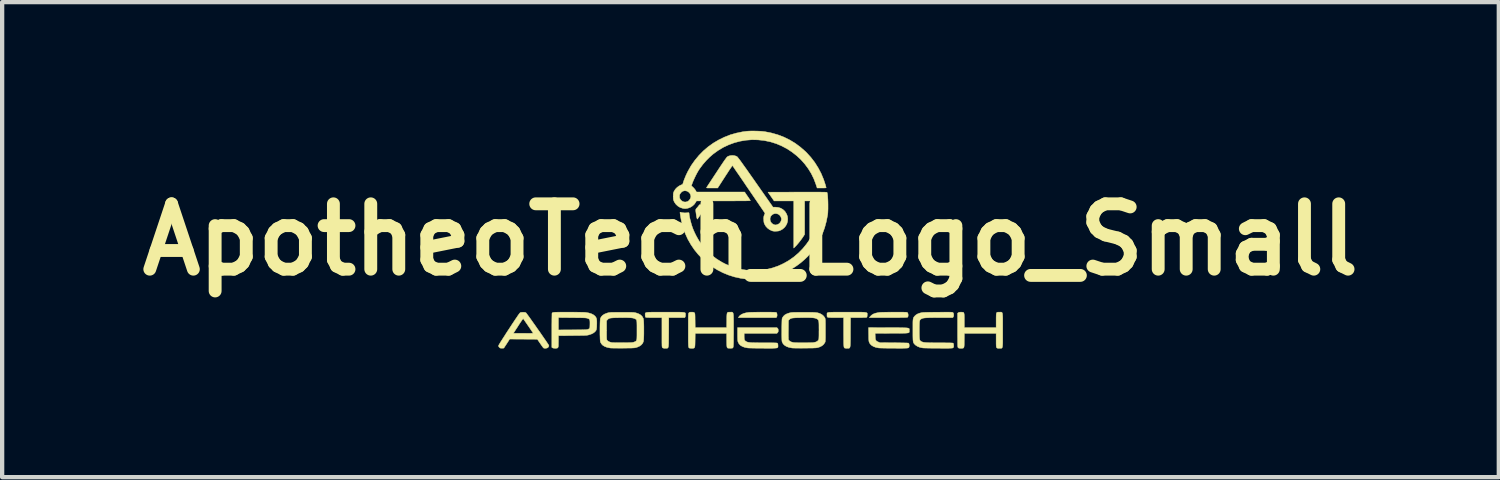
<source format=kicad_pcb>
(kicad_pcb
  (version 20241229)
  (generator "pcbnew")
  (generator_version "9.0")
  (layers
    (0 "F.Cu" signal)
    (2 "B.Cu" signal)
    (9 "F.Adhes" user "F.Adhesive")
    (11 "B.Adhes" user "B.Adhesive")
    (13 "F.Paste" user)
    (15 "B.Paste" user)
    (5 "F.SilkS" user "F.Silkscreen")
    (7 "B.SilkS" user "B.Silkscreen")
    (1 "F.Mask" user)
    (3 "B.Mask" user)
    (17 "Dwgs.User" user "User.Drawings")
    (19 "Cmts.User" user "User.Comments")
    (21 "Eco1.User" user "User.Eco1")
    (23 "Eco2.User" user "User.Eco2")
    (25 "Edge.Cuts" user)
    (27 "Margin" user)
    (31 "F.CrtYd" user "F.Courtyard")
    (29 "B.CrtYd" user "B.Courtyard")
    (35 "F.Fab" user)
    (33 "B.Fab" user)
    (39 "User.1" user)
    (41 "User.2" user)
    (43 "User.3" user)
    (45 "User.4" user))
  (footprint "ApotheoTech_Logo_Small"
    (layer "F.Cu")
    (at 14.449 2.537)
    (property "Reference" "ApotheoTech_Logo_Small" (at 0 0 0) (layer "F.SilkS") (effects (font (size 1.524 1.524) (thickness 0.3))))
    (attr through_hole)
    (fp_poly (pts (xy 0.377 1.691) (xy 0.437 1.691) (xy 0.486 1.692) (xy 0.525 1.693) (xy 0.555 1.694) (xy 0.576 1.695) (xy 0.591 1.696) (xy 0.601 1.698) (xy 0.605 1.7) (xy 0.614 1.714) (xy 0.619 1.736) (xy 0.621 1.761) (xy 0.619 1.785) (xy 0.612 1.801) (xy 0.601 1.818) (xy -0.282 1.818) (xy -0.268 1.796) (xy -0.243 1.767) (xy -0.205 1.742) (xy -0.157 1.721) (xy -0.1 1.706) (xy -0.044 1.698) (xy -0.024 1.696) (xy 0.007 1.695) (xy 0.049 1.694) (xy 0.098 1.693) (xy 0.153 1.692) (xy 0.213 1.692) (xy 0.276 1.691) (xy 0.305 1.691) (xy 0.377 1.691)) (stroke (width 0.01) (type solid)) (fill yes) (layer "F.SilkS"))
    (fp_poly (pts (xy -1.071 -0.815) (xy -1.045 -0.814) (xy -1.028 -0.811) (xy -1.023 -0.809) (xy -1.026 -0.802) (xy -1.036 -0.786) (xy -1.051 -0.762) (xy -1.07 -0.732) (xy -1.091 -0.698) (xy -1.115 -0.661) (xy -1.139 -0.624) (xy -1.163 -0.587) (xy -1.185 -0.554) (xy -1.204 -0.525) (xy -1.22 -0.502) (xy -1.23 -0.487) (xy -1.234 -0.482) (xy -1.24 -0.478) (xy -1.244 -0.484) (xy -1.249 -0.5) (xy -1.255 -0.523) (xy -1.261 -0.555) (xy -1.266 -0.591) (xy -1.271 -0.627) (xy -1.275 -0.659) (xy -1.277 -0.683) (xy -1.277 -0.686) (xy -1.274 -0.707) (xy -1.264 -0.724) (xy -1.256 -0.732) (xy -1.24 -0.749) (xy -1.222 -0.771) (xy -1.212 -0.784) (xy -1.189 -0.815) (xy -1.106 -0.815) (xy -1.071 -0.815)) (stroke (width 0.01) (type solid)) (fill yes) (layer "F.SilkS"))
    (fp_poly (pts (xy 3.488 1.691) (xy 3.535 1.691) (xy 3.572 1.692) (xy 3.6 1.693) (xy 3.621 1.693) (xy 3.637 1.695) (xy 3.647 1.696) (xy 3.654 1.699) (xy 3.659 1.701) (xy 3.663 1.704) (xy 3.663 1.704) (xy 3.671 1.72) (xy 3.676 1.743) (xy 3.677 1.769) (xy 3.674 1.792) (xy 3.666 1.807) (xy 3.666 1.808) (xy 3.663 1.81) (xy 3.657 1.812) (xy 3.648 1.813) (xy 3.634 1.814) (xy 3.615 1.815) (xy 3.589 1.816) (xy 3.557 1.817) (xy 3.516 1.817) (xy 3.465 1.818) (xy 3.405 1.818) (xy 3.334 1.818) (xy 3.25 1.818) (xy 3.214 1.818) (xy 2.772 1.818) (xy 2.789 1.796) (xy 2.821 1.763) (xy 2.862 1.736) (xy 2.913 1.716) (xy 2.974 1.703) (xy 3.011 1.698) (xy 3.031 1.696) (xy 3.062 1.695) (xy 3.103 1.694) (xy 3.153 1.693) (xy 3.208 1.692) (xy 3.268 1.692) (xy 3.331 1.691) (xy 3.36 1.691) (xy 3.43 1.691) (xy 3.488 1.691)) (stroke (width 0.01) (type solid)) (fill yes) (layer "F.SilkS"))
    (fp_poly (pts (xy 0.632 2.068) (xy 0.643 2.082) (xy 0.647 2.099) (xy 0.648 2.119) (xy 0.647 2.142) (xy 0.641 2.158) (xy 0.632 2.169) (xy 0.616 2.186) (xy -0.147 2.186) (xy -0.147 2.258) (xy -0.146 2.297) (xy -0.143 2.325) (xy -0.136 2.345) (xy -0.124 2.36) (xy -0.106 2.373) (xy -0.093 2.38) (xy -0.08 2.386) (xy -0.065 2.391) (xy -0.046 2.395) (xy -0.023 2.398) (xy 0.006 2.401) (xy 0.042 2.403) (xy 0.086 2.404) (xy 0.139 2.405) (xy 0.202 2.406) (xy 0.278 2.406) (xy 0.322 2.406) (xy 0.394 2.406) (xy 0.454 2.406) (xy 0.502 2.407) (xy 0.541 2.407) (xy 0.571 2.408) (xy 0.593 2.409) (xy 0.609 2.41) (xy 0.62 2.412) (xy 0.627 2.414) (xy 0.631 2.417) (xy 0.631 2.417) (xy 0.638 2.43) (xy 0.641 2.454) (xy 0.642 2.469) (xy 0.642 2.484) (xy 0.642 2.496) (xy 0.641 2.505) (xy 0.637 2.513) (xy 0.63 2.52) (xy 0.619 2.525) (xy 0.602 2.528) (xy 0.579 2.53) (xy 0.548 2.532) (xy 0.508 2.533) (xy 0.458 2.533) (xy 0.398 2.533) (xy 0.325 2.533) (xy 0.297 2.532) (xy 0.231 2.532) (xy 0.168 2.532) (xy 0.11 2.531) (xy 0.057 2.53) (xy 0.012 2.529) (xy -0.025 2.528) (xy -0.051 2.527) (xy -0.064 2.526) (xy -0.131 2.513) (xy -0.187 2.493) (xy -0.233 2.466) (xy -0.267 2.431) (xy -0.289 2.39) (xy -0.291 2.386) (xy -0.294 2.373) (xy -0.297 2.355) (xy -0.299 2.33) (xy -0.3 2.297) (xy -0.301 2.253) (xy -0.301 2.205) (xy -0.301 2.052) (xy 0.616 2.052) (xy 0.632 2.068)) (stroke (width 0.01) (type solid)) (fill yes) (layer "F.SilkS"))
    (fp_poly (pts (xy -2.05 1.691) (xy -1.985 1.691) (xy -1.894 1.691) (xy -1.816 1.691) (xy -1.749 1.691) (xy -1.693 1.691) (xy -1.647 1.692) (xy -1.609 1.693) (xy -1.579 1.695) (xy -1.557 1.697) (xy -1.54 1.701) (xy -1.528 1.705) (xy -1.521 1.71) (xy -1.517 1.717) (xy -1.515 1.724) (xy -1.515 1.734) (xy -1.515 1.744) (xy -1.515 1.752) (xy -1.516 1.775) (xy -1.52 1.795) (xy -1.523 1.803) (xy -1.531 1.818) (xy -1.905 1.818) (xy -1.906 2.162) (xy -1.907 2.242) (xy -1.907 2.31) (xy -1.908 2.366) (xy -1.908 2.412) (xy -1.91 2.449) (xy -1.912 2.478) (xy -1.915 2.499) (xy -1.92 2.514) (xy -1.926 2.524) (xy -1.934 2.53) (xy -1.943 2.533) (xy -1.955 2.534) (xy -1.969 2.534) (xy -1.986 2.533) (xy -1.986 2.533) (xy -2.014 2.533) (xy -2.033 2.53) (xy -2.045 2.526) (xy -2.052 2.52) (xy -2.055 2.517) (xy -2.058 2.512) (xy -2.06 2.506) (xy -2.061 2.496) (xy -2.063 2.482) (xy -2.064 2.463) (xy -2.064 2.437) (xy -2.065 2.404) (xy -2.065 2.361) (xy -2.065 2.309) (xy -2.065 2.246) (xy -2.065 2.17) (xy -2.065 1.818) (xy -2.252 1.818) (xy -2.308 1.818) (xy -2.351 1.818) (xy -2.385 1.817) (xy -2.409 1.816) (xy -2.426 1.815) (xy -2.437 1.813) (xy -2.444 1.81) (xy -2.447 1.808) (xy -2.452 1.795) (xy -2.455 1.774) (xy -2.455 1.757) (xy -2.456 1.744) (xy -2.456 1.733) (xy -2.456 1.724) (xy -2.453 1.716) (xy -2.448 1.709) (xy -2.44 1.704) (xy -2.427 1.7) (xy -2.408 1.697) (xy -2.383 1.694) (xy -2.351 1.693) (xy -2.311 1.692) (xy -2.262 1.691) (xy -2.203 1.691) (xy -2.132 1.691) (xy -2.05 1.691)) (stroke (width 0.01) (type solid)) (fill yes) (layer "F.SilkS"))
    (fp_poly (pts (xy 2.489 1.691) (xy 2.545 1.691) (xy 2.592 1.692) (xy 2.63 1.693) (xy 2.659 1.695) (xy 2.682 1.698) (xy 2.699 1.701) (xy 2.71 1.706) (xy 2.718 1.711) (xy 2.722 1.718) (xy 2.723 1.727) (xy 2.723 1.736) (xy 2.723 1.748) (xy 2.722 1.757) (xy 2.721 1.781) (xy 2.717 1.8) (xy 2.714 1.808) (xy 2.709 1.811) (xy 2.701 1.814) (xy 2.687 1.815) (xy 2.666 1.817) (xy 2.637 1.817) (xy 2.598 1.818) (xy 2.548 1.818) (xy 2.519 1.818) (xy 2.333 1.818) (xy 2.331 2.162) (xy 2.331 2.242) (xy 2.331 2.309) (xy 2.33 2.366) (xy 2.329 2.412) (xy 2.328 2.449) (xy 2.326 2.478) (xy 2.322 2.499) (xy 2.318 2.514) (xy 2.312 2.524) (xy 2.304 2.53) (xy 2.295 2.533) (xy 2.283 2.534) (xy 2.27 2.534) (xy 2.253 2.533) (xy 2.228 2.533) (xy 2.207 2.531) (xy 2.196 2.529) (xy 2.195 2.528) (xy 2.19 2.524) (xy 2.186 2.519) (xy 2.182 2.511) (xy 2.18 2.5) (xy 2.177 2.484) (xy 2.176 2.462) (xy 2.174 2.434) (xy 2.173 2.397) (xy 2.173 2.351) (xy 2.173 2.296) (xy 2.172 2.229) (xy 2.172 2.156) (xy 2.172 1.818) (xy 1.985 1.818) (xy 1.928 1.818) (xy 1.883 1.818) (xy 1.849 1.817) (xy 1.823 1.815) (xy 1.805 1.812) (xy 1.794 1.806) (xy 1.788 1.798) (xy 1.785 1.787) (xy 1.784 1.773) (xy 1.785 1.755) (xy 1.785 1.752) (xy 1.784 1.74) (xy 1.784 1.73) (xy 1.785 1.721) (xy 1.787 1.714) (xy 1.792 1.708) (xy 1.801 1.703) (xy 1.814 1.699) (xy 1.833 1.696) (xy 1.859 1.694) (xy 1.891 1.693) (xy 1.932 1.692) (xy 1.982 1.691) (xy 2.042 1.691) (xy 2.113 1.691) (xy 2.196 1.691) (xy 2.253 1.691) (xy 2.344 1.691) (xy 2.422 1.691) (xy 2.489 1.691)) (stroke (width 0.01) (type solid)) (fill yes) (layer "F.SilkS"))
    (fp_poly (pts (xy 3.219 2.054) (xy 3.311 2.054) (xy 3.391 2.054) (xy 3.459 2.054) (xy 3.517 2.055) (xy 3.565 2.056) (xy 3.604 2.057) (xy 3.635 2.058) (xy 3.659 2.061) (xy 3.677 2.064) (xy 3.689 2.068) (xy 3.697 2.073) (xy 3.702 2.079) (xy 3.704 2.086) (xy 3.704 2.095) (xy 3.704 2.105) (xy 3.703 2.117) (xy 3.703 2.119) (xy 3.703 2.132) (xy 3.704 2.143) (xy 3.703 2.153) (xy 3.701 2.16) (xy 3.696 2.167) (xy 3.686 2.172) (xy 3.672 2.176) (xy 3.652 2.178) (xy 3.626 2.181) (xy 3.591 2.182) (xy 3.548 2.183) (xy 3.495 2.183) (xy 3.432 2.184) (xy 3.356 2.184) (xy 3.295 2.184) (xy 2.906 2.186) (xy 2.909 2.259) (xy 2.911 2.299) (xy 2.915 2.328) (xy 2.924 2.348) (xy 2.937 2.364) (xy 2.958 2.377) (xy 2.978 2.386) (xy 3.018 2.403) (xy 3.349 2.405) (xy 3.427 2.406) (xy 3.496 2.407) (xy 3.556 2.408) (xy 3.605 2.409) (xy 3.644 2.41) (xy 3.671 2.412) (xy 3.685 2.413) (xy 3.687 2.414) (xy 3.695 2.426) (xy 3.7 2.447) (xy 3.702 2.47) (xy 3.7 2.492) (xy 3.7 2.493) (xy 3.698 2.502) (xy 3.696 2.51) (xy 3.692 2.516) (xy 3.687 2.521) (xy 3.677 2.525) (xy 3.663 2.528) (xy 3.644 2.53) (xy 3.617 2.531) (xy 3.583 2.532) (xy 3.539 2.533) (xy 3.486 2.533) (xy 3.421 2.533) (xy 3.353 2.532) (xy 3.287 2.532) (xy 3.224 2.532) (xy 3.166 2.531) (xy 3.113 2.53) (xy 3.067 2.529) (xy 3.031 2.528) (xy 3.004 2.527) (xy 2.99 2.526) (xy 2.924 2.513) (xy 2.869 2.493) (xy 2.824 2.466) (xy 2.79 2.432) (xy 2.771 2.4) (xy 2.767 2.389) (xy 2.763 2.378) (xy 2.761 2.363) (xy 2.759 2.345) (xy 2.757 2.319) (xy 2.756 2.286) (xy 2.756 2.241) (xy 2.755 2.211) (xy 2.753 2.052) (xy 3.219 2.054)) (stroke (width 0.01) (type solid)) (fill yes) (layer "F.SilkS"))
    (fp_poly (pts (xy 5.846 1.691) (xy 5.855 1.693) (xy 5.863 1.698) (xy 5.869 1.707) (xy 5.874 1.72) (xy 5.877 1.739) (xy 5.879 1.765) (xy 5.881 1.798) (xy 5.882 1.84) (xy 5.882 1.892) (xy 5.882 1.954) (xy 5.882 2.027) (xy 5.882 2.112) (xy 5.882 2.198) (xy 5.882 2.271) (xy 5.882 2.333) (xy 5.882 2.384) (xy 5.881 2.426) (xy 5.879 2.46) (xy 5.877 2.485) (xy 5.873 2.504) (xy 5.869 2.518) (xy 5.863 2.527) (xy 5.855 2.532) (xy 5.846 2.534) (xy 5.835 2.534) (xy 5.822 2.534) (xy 5.807 2.533) (xy 5.784 2.533) (xy 5.766 2.533) (xy 5.752 2.529) (xy 5.742 2.522) (xy 5.735 2.51) (xy 5.731 2.491) (xy 5.729 2.464) (xy 5.728 2.427) (xy 5.728 2.379) (xy 5.728 2.349) (xy 5.728 2.186) (xy 4.987 2.186) (xy 4.985 2.35) (xy 4.984 2.404) (xy 4.984 2.447) (xy 4.982 2.479) (xy 4.979 2.502) (xy 4.974 2.517) (xy 4.966 2.527) (xy 4.955 2.531) (xy 4.939 2.533) (xy 4.92 2.533) (xy 4.906 2.533) (xy 4.879 2.533) (xy 4.861 2.531) (xy 4.85 2.526) (xy 4.842 2.519) (xy 4.839 2.516) (xy 4.837 2.511) (xy 4.835 2.505) (xy 4.834 2.495) (xy 4.832 2.48) (xy 4.831 2.461) (xy 4.831 2.435) (xy 4.83 2.401) (xy 4.83 2.36) (xy 4.83 2.309) (xy 4.829 2.247) (xy 4.829 2.173) (xy 4.829 2.111) (xy 4.829 1.717) (xy 4.845 1.704) (xy 4.858 1.697) (xy 4.875 1.693) (xy 4.901 1.691) (xy 4.909 1.691) (xy 4.933 1.692) (xy 4.953 1.694) (xy 4.963 1.696) (xy 4.964 1.696) (xy 4.971 1.702) (xy 4.976 1.711) (xy 4.98 1.724) (xy 4.983 1.742) (xy 4.985 1.768) (xy 4.986 1.803) (xy 4.986 1.849) (xy 4.986 1.891) (xy 4.986 2.052) (xy 5.728 2.052) (xy 5.728 1.882) (xy 5.728 1.826) (xy 5.729 1.783) (xy 5.73 1.75) (xy 5.733 1.726) (xy 5.738 1.709) (xy 5.745 1.699) (xy 5.756 1.694) (xy 5.771 1.691) (xy 5.79 1.691) (xy 5.807 1.691) (xy 5.822 1.691) (xy 5.835 1.69) (xy 5.846 1.691)) (stroke (width 0.01) (type solid)) (fill yes) (layer "F.SilkS"))
    (fp_poly (pts (xy -0.432 1.691) (xy -0.422 1.694) (xy -0.415 1.699) (xy -0.408 1.708) (xy -0.403 1.722) (xy -0.4 1.742) (xy -0.397 1.769) (xy -0.396 1.803) (xy -0.395 1.846) (xy -0.394 1.899) (xy -0.394 1.962) (xy -0.394 2.037) (xy -0.394 2.11) (xy -0.394 2.194) (xy -0.395 2.265) (xy -0.395 2.325) (xy -0.395 2.375) (xy -0.396 2.415) (xy -0.397 2.447) (xy -0.399 2.472) (xy -0.4 2.491) (xy -0.403 2.505) (xy -0.406 2.514) (xy -0.409 2.521) (xy -0.413 2.525) (xy -0.417 2.528) (xy -0.427 2.531) (xy -0.446 2.532) (xy -0.471 2.533) (xy -0.475 2.533) (xy -0.5 2.532) (xy -0.52 2.531) (xy -0.531 2.529) (xy -0.532 2.528) (xy -0.539 2.522) (xy -0.545 2.513) (xy -0.549 2.5) (xy -0.551 2.481) (xy -0.553 2.454) (xy -0.554 2.418) (xy -0.555 2.371) (xy -0.555 2.34) (xy -0.555 2.186) (xy -1.289 2.186) (xy -1.291 2.345) (xy -1.292 2.4) (xy -1.293 2.443) (xy -1.295 2.476) (xy -1.298 2.5) (xy -1.304 2.516) (xy -1.312 2.526) (xy -1.323 2.531) (xy -1.339 2.533) (xy -1.358 2.533) (xy -1.37 2.533) (xy -1.395 2.533) (xy -1.415 2.531) (xy -1.427 2.529) (xy -1.428 2.528) (xy -1.432 2.525) (xy -1.436 2.52) (xy -1.44 2.513) (xy -1.443 2.502) (xy -1.445 2.487) (xy -1.447 2.467) (xy -1.448 2.441) (xy -1.449 2.407) (xy -1.45 2.365) (xy -1.45 2.313) (xy -1.45 2.25) (xy -1.45 2.177) (xy -1.45 2.11) (xy -1.45 2.029) (xy -1.45 1.96) (xy -1.45 1.902) (xy -1.45 1.855) (xy -1.45 1.816) (xy -1.449 1.786) (xy -1.448 1.762) (xy -1.447 1.745) (xy -1.446 1.732) (xy -1.444 1.723) (xy -1.442 1.717) (xy -1.439 1.712) (xy -1.437 1.709) (xy -1.428 1.7) (xy -1.419 1.694) (xy -1.404 1.692) (xy -1.381 1.691) (xy -1.374 1.691) (xy -1.345 1.692) (xy -1.326 1.695) (xy -1.313 1.701) (xy -1.309 1.704) (xy -1.304 1.708) (xy -1.301 1.713) (xy -1.298 1.72) (xy -1.296 1.731) (xy -1.294 1.748) (xy -1.293 1.773) (xy -1.292 1.806) (xy -1.292 1.85) (xy -1.291 1.884) (xy -1.289 2.052) (xy -0.555 2.052) (xy -0.553 1.886) (xy -0.553 1.83) (xy -0.552 1.785) (xy -0.55 1.752) (xy -0.547 1.727) (xy -0.542 1.711) (xy -0.534 1.7) (xy -0.523 1.694) (xy -0.509 1.692) (xy -0.49 1.691) (xy -0.474 1.691) (xy -0.458 1.691) (xy -0.444 1.69) (xy -0.432 1.691)) (stroke (width 0.01) (type solid)) (fill yes) (layer "F.SilkS"))
    (fp_poly (pts (xy -5.276 1.695) (xy -5.257 1.697) (xy -5.245 1.7) (xy -5.235 1.707) (xy -5.23 1.711) (xy -5.223 1.72) (xy -5.21 1.738) (xy -5.19 1.765) (xy -5.165 1.799) (xy -5.136 1.84) (xy -5.103 1.886) (xy -5.068 1.936) (xy -5.03 1.989) (xy -4.991 2.045) (xy -4.952 2.101) (xy -4.912 2.157) (xy -4.874 2.212) (xy -4.838 2.264) (xy -4.805 2.312) (xy -4.774 2.356) (xy -4.748 2.395) (xy -4.727 2.426) (xy -4.712 2.449) (xy -4.703 2.464) (xy -4.701 2.468) (xy -4.702 2.487) (xy -4.713 2.506) (xy -4.73 2.522) (xy -4.734 2.524) (xy -4.752 2.53) (xy -4.776 2.533) (xy -4.8 2.533) (xy -4.819 2.53) (xy -4.825 2.527) (xy -4.832 2.52) (xy -4.844 2.504) (xy -4.862 2.48) (xy -4.882 2.451) (xy -4.902 2.422) (xy -4.97 2.323) (xy -5.293 2.321) (xy -5.615 2.319) (xy -5.657 2.385) (xy -5.677 2.416) (xy -5.697 2.447) (xy -5.716 2.475) (xy -5.725 2.49) (xy -5.752 2.53) (xy -5.793 2.532) (xy -5.816 2.532) (xy -5.831 2.53) (xy -5.844 2.523) (xy -5.855 2.514) (xy -5.869 2.498) (xy -5.874 2.484) (xy -5.874 2.471) (xy -5.87 2.462) (xy -5.859 2.443) (xy -5.843 2.416) (xy -5.821 2.38) (xy -5.794 2.338) (xy -5.764 2.291) (xy -5.731 2.24) (xy -5.697 2.186) (xy -5.529 2.186) (xy -5.298 2.186) (xy -5.244 2.186) (xy -5.194 2.185) (xy -5.151 2.185) (xy -5.115 2.185) (xy -5.088 2.184) (xy -5.071 2.183) (xy -5.067 2.183) (xy -5.07 2.177) (xy -5.08 2.161) (xy -5.096 2.138) (xy -5.115 2.109) (xy -5.138 2.075) (xy -5.163 2.039) (xy -5.189 2.001) (xy -5.214 1.964) (xy -5.238 1.93) (xy -5.259 1.899) (xy -5.277 1.874) (xy -5.289 1.856) (xy -5.296 1.847) (xy -5.297 1.846) (xy -5.299 1.845) (xy -5.302 1.846) (xy -5.307 1.851) (xy -5.314 1.859) (xy -5.324 1.872) (xy -5.337 1.891) (xy -5.354 1.915) (xy -5.376 1.948) (xy -5.402 1.988) (xy -5.433 2.037) (xy -5.471 2.095) (xy -5.515 2.164) (xy -5.52 2.171) (xy -5.529 2.186) (xy -5.697 2.186) (xy -5.696 2.185) (xy -5.66 2.129) (xy -5.622 2.072) (xy -5.585 2.015) (xy -5.549 1.96) (xy -5.514 1.908) (xy -5.482 1.859) (xy -5.452 1.816) (xy -5.427 1.778) (xy -5.406 1.748) (xy -5.39 1.727) (xy -5.381 1.715) (xy -5.38 1.714) (xy -5.37 1.705) (xy -5.36 1.699) (xy -5.346 1.696) (xy -5.326 1.695) (xy -5.304 1.694) (xy -5.276 1.695)) (stroke (width 0.01) (type solid)) (fill yes) (layer "F.SilkS"))
    (fp_poly (pts (xy -4.247 1.691) (xy -4.177 1.691) (xy -4.111 1.692) (xy -4.048 1.692) (xy -3.99 1.693) (xy -3.939 1.694) (xy -3.896 1.695) (xy -3.864 1.696) (xy -3.843 1.698) (xy -3.84 1.698) (xy -3.771 1.71) (xy -3.712 1.728) (xy -3.664 1.752) (xy -3.626 1.782) (xy -3.609 1.804) (xy -3.599 1.82) (xy -3.592 1.838) (xy -3.587 1.859) (xy -3.584 1.884) (xy -3.583 1.918) (xy -3.583 1.961) (xy -3.584 1.989) (xy -3.585 2.033) (xy -3.588 2.066) (xy -3.592 2.091) (xy -3.598 2.111) (xy -3.608 2.127) (xy -3.622 2.143) (xy -3.63 2.152) (xy -3.664 2.178) (xy -3.709 2.201) (xy -3.766 2.22) (xy -3.769 2.221) (xy -3.781 2.224) (xy -3.794 2.227) (xy -3.808 2.229) (xy -3.824 2.231) (xy -3.845 2.232) (xy -3.871 2.234) (xy -3.903 2.235) (xy -3.943 2.235) (xy -3.992 2.236) (xy -4.052 2.237) (xy -4.123 2.237) (xy -4.149 2.238) (xy -4.478 2.24) (xy -4.478 2.373) (xy -4.479 2.424) (xy -4.479 2.462) (xy -4.481 2.49) (xy -4.486 2.51) (xy -4.493 2.522) (xy -4.504 2.529) (xy -4.519 2.532) (xy -4.539 2.533) (xy -4.554 2.533) (xy -4.588 2.532) (xy -4.611 2.526) (xy -4.617 2.523) (xy -4.632 2.513) (xy -4.632 2.117) (xy -4.632 2.106) (xy -4.478 2.106) (xy -4.146 2.104) (xy -4.07 2.104) (xy -4.007 2.103) (xy -3.954 2.103) (xy -3.911 2.102) (xy -3.877 2.101) (xy -3.85 2.1) (xy -3.83 2.099) (xy -3.814 2.097) (xy -3.803 2.095) (xy -3.794 2.093) (xy -3.786 2.09) (xy -3.785 2.09) (xy -3.766 2.08) (xy -3.753 2.069) (xy -3.75 2.065) (xy -3.747 2.054) (xy -3.745 2.033) (xy -3.744 2.004) (xy -3.743 1.97) (xy -3.743 1.962) (xy -3.743 1.922) (xy -3.745 1.892) (xy -3.749 1.872) (xy -3.757 1.858) (xy -3.769 1.848) (xy -3.787 1.84) (xy -3.805 1.834) (xy -3.814 1.831) (xy -3.826 1.829) (xy -3.84 1.827) (xy -3.859 1.825) (xy -3.884 1.824) (xy -3.915 1.823) (xy -3.955 1.822) (xy -4.003 1.821) (xy -4.062 1.821) (xy -4.133 1.82) (xy -4.159 1.82) (xy -4.478 1.817) (xy -4.478 2.106) (xy -4.632 2.106) (xy -4.632 2.045) (xy -4.632 1.978) (xy -4.631 1.915) (xy -4.631 1.859) (xy -4.63 1.81) (xy -4.629 1.77) (xy -4.629 1.74) (xy -4.628 1.721) (xy -4.627 1.714) (xy -4.623 1.709) (xy -4.618 1.705) (xy -4.61 1.701) (xy -4.599 1.698) (xy -4.583 1.696) (xy -4.562 1.694) (xy -4.534 1.693) (xy -4.498 1.692) (xy -4.453 1.692) (xy -4.398 1.691) (xy -4.332 1.691) (xy -4.254 1.691) (xy -4.247 1.691)) (stroke (width 0.01) (type solid)) (fill yes) (layer "F.SilkS"))
    (fp_poly (pts (xy -0.374 -1.958) (xy -0.334 -1.946) (xy -0.314 -1.935) (xy -0.307 -1.93) (xy -0.297 -1.918) (xy -0.283 -1.9) (xy -0.264 -1.875) (xy -0.24 -1.844) (xy -0.211 -1.804) (xy -0.177 -1.756) (xy -0.137 -1.7) (xy -0.09 -1.635) (xy -0.038 -1.56) (xy 0.022 -1.475) (xy 0.089 -1.38) (xy 0.118 -1.338) (xy 0.525 -0.757) (xy 0.582 -0.757) (xy 0.645 -0.751) (xy 0.702 -0.734) (xy 0.754 -0.705) (xy 0.798 -0.664) (xy 0.814 -0.644) (xy 0.844 -0.593) (xy 0.863 -0.539) (xy 0.869 -0.483) (xy 0.865 -0.427) (xy 0.85 -0.373) (xy 0.824 -0.323) (xy 0.789 -0.279) (xy 0.744 -0.242) (xy 0.711 -0.223) (xy 0.685 -0.211) (xy 0.664 -0.203) (xy 0.641 -0.199) (xy 0.613 -0.197) (xy 0.6 -0.196) (xy 0.566 -0.195) (xy 0.54 -0.197) (xy 0.518 -0.201) (xy 0.498 -0.207) (xy 0.444 -0.233) (xy 0.396 -0.269) (xy 0.356 -0.313) (xy 0.329 -0.36) (xy 0.32 -0.382) (xy 0.314 -0.403) (xy 0.311 -0.43) (xy 0.309 -0.465) (xy 0.309 -0.465) (xy 0.308 -0.494) (xy 0.457 -0.494) (xy 0.458 -0.455) (xy 0.47 -0.418) (xy 0.492 -0.386) (xy 0.523 -0.361) (xy 0.546 -0.351) (xy 0.566 -0.344) (xy 0.583 -0.342) (xy 0.601 -0.344) (xy 0.626 -0.351) (xy 0.626 -0.351) (xy 0.662 -0.368) (xy 0.69 -0.395) (xy 0.711 -0.429) (xy 0.721 -0.468) (xy 0.722 -0.481) (xy 0.719 -0.497) (xy 0.712 -0.518) (xy 0.706 -0.533) (xy 0.684 -0.566) (xy 0.655 -0.589) (xy 0.621 -0.603) (xy 0.586 -0.608) (xy 0.55 -0.603) (xy 0.517 -0.588) (xy 0.488 -0.564) (xy 0.467 -0.532) (xy 0.457 -0.494) (xy 0.308 -0.494) (xy 0.308 -0.498) (xy 0.309 -0.522) (xy 0.312 -0.541) (xy 0.317 -0.56) (xy 0.323 -0.574) (xy 0.339 -0.615) (xy -0.038 -1.168) (xy -0.091 -1.245) (xy -0.141 -1.32) (xy -0.189 -1.39) (xy -0.234 -1.456) (xy -0.275 -1.516) (xy -0.313 -1.57) (xy -0.345 -1.617) (xy -0.372 -1.657) (xy -0.394 -1.689) (xy -0.409 -1.711) (xy -0.418 -1.724) (xy -0.42 -1.726) (xy -0.424 -1.722) (xy -0.435 -1.707) (xy -0.452 -1.683) (xy -0.474 -1.651) (xy -0.5 -1.613) (xy -0.529 -1.568) (xy -0.562 -1.518) (xy -0.595 -1.467) (xy -0.765 -1.203) (xy -0.898 -1.203) (xy -0.943 -1.203) (xy -0.976 -1.204) (xy -0.999 -1.204) (xy -1.014 -1.205) (xy -1.022 -1.207) (xy -1.025 -1.21) (xy -1.024 -1.214) (xy -1.023 -1.215) (xy -1.019 -1.222) (xy -1.007 -1.24) (xy -0.99 -1.267) (xy -0.967 -1.302) (xy -0.939 -1.344) (xy -0.907 -1.393) (xy -0.872 -1.446) (xy -0.834 -1.504) (xy -0.794 -1.565) (xy -0.79 -1.571) (xy -0.74 -1.647) (xy -0.697 -1.712) (xy -0.66 -1.767) (xy -0.629 -1.813) (xy -0.603 -1.851) (xy -0.581 -1.88) (xy -0.565 -1.903) (xy -0.552 -1.919) (xy -0.542 -1.929) (xy -0.537 -1.934) (xy -0.503 -1.95) (xy -0.462 -1.96) (xy -0.418 -1.963) (xy -0.374 -1.958)) (stroke (width 0.01) (type solid)) (fill yes) (layer "F.SilkS"))
    (fp_poly (pts (xy 4.637 1.692) (xy 4.664 1.692) (xy 4.684 1.693) (xy 4.699 1.694) (xy 4.709 1.695) (xy 4.716 1.697) (xy 4.72 1.7) (xy 4.724 1.703) (xy 4.725 1.704) (xy 4.735 1.721) (xy 4.739 1.745) (xy 4.739 1.772) (xy 4.733 1.795) (xy 4.729 1.803) (xy 4.718 1.818) (xy 4.413 1.818) (xy 4.33 1.818) (xy 4.26 1.819) (xy 4.201 1.82) (xy 4.152 1.821) (xy 4.111 1.823) (xy 4.078 1.825) (xy 4.051 1.828) (xy 4.03 1.831) (xy 4.013 1.836) (xy 3.998 1.841) (xy 3.988 1.847) (xy 3.974 1.854) (xy 3.964 1.862) (xy 3.955 1.872) (xy 3.949 1.885) (xy 3.944 1.902) (xy 3.941 1.926) (xy 3.939 1.956) (xy 3.938 1.996) (xy 3.937 2.046) (xy 3.937 2.108) (xy 3.937 2.112) (xy 3.937 2.175) (xy 3.938 2.226) (xy 3.939 2.266) (xy 3.941 2.297) (xy 3.944 2.321) (xy 3.948 2.339) (xy 3.955 2.352) (xy 3.963 2.362) (xy 3.974 2.37) (xy 3.987 2.377) (xy 3.988 2.378) (xy 4.001 2.384) (xy 4.015 2.389) (xy 4.033 2.394) (xy 4.055 2.397) (xy 4.083 2.4) (xy 4.117 2.402) (xy 4.159 2.404) (xy 4.21 2.405) (xy 4.271 2.406) (xy 4.344 2.406) (xy 4.412 2.406) (xy 4.477 2.406) (xy 4.537 2.407) (xy 4.592 2.408) (xy 4.638 2.408) (xy 4.676 2.409) (xy 4.704 2.411) (xy 4.721 2.412) (xy 4.725 2.413) (xy 4.732 2.424) (xy 4.737 2.447) (xy 4.738 2.462) (xy 4.739 2.487) (xy 4.737 2.502) (xy 4.732 2.513) (xy 4.726 2.519) (xy 4.723 2.522) (xy 4.719 2.525) (xy 4.713 2.527) (xy 4.704 2.529) (xy 4.691 2.53) (xy 4.672 2.531) (xy 4.647 2.532) (xy 4.615 2.533) (xy 4.574 2.533) (xy 4.522 2.533) (xy 4.46 2.533) (xy 4.387 2.532) (xy 4.32 2.532) (xy 4.257 2.532) (xy 4.197 2.531) (xy 4.144 2.53) (xy 4.098 2.529) (xy 4.06 2.528) (xy 4.033 2.527) (xy 4.018 2.526) (xy 3.953 2.513) (xy 3.897 2.491) (xy 3.851 2.462) (xy 3.829 2.441) (xy 3.818 2.429) (xy 3.81 2.418) (xy 3.803 2.407) (xy 3.798 2.393) (xy 3.794 2.375) (xy 3.791 2.353) (xy 3.789 2.324) (xy 3.788 2.288) (xy 3.787 2.242) (xy 3.787 2.186) (xy 3.787 2.118) (xy 3.787 2.109) (xy 3.787 2.041) (xy 3.787 1.985) (xy 3.787 1.939) (xy 3.788 1.903) (xy 3.79 1.874) (xy 3.793 1.852) (xy 3.797 1.835) (xy 3.802 1.821) (xy 3.808 1.809) (xy 3.817 1.798) (xy 3.827 1.786) (xy 3.83 1.782) (xy 3.86 1.755) (xy 3.896 1.733) (xy 3.943 1.715) (xy 3.961 1.71) (xy 3.973 1.707) (xy 3.985 1.704) (xy 3.999 1.702) (xy 4.014 1.7) (xy 4.033 1.698) (xy 4.058 1.697) (xy 4.088 1.696) (xy 4.125 1.695) (xy 4.171 1.695) (xy 4.227 1.694) (xy 4.294 1.693) (xy 4.363 1.693) (xy 4.44 1.692) (xy 4.505 1.692) (xy 4.558 1.691) (xy 4.602 1.691) (xy 4.637 1.692)) (stroke (width 0.01) (type solid)) (fill yes) (layer "F.SilkS"))
    (fp_poly (pts (xy 1.491 -1.108) (xy 1.561 -1.108) (xy 1.621 -1.108) (xy 1.67 -1.107) (xy 1.709 -1.107) (xy 1.74 -1.106) (xy 1.763 -1.105) (xy 1.777 -1.104) (xy 1.784 -1.102) (xy 1.785 -1.102) (xy 1.79 -1.087) (xy 1.795 -1.06) (xy 1.799 -1.024) (xy 1.802 -0.981) (xy 1.805 -0.931) (xy 1.807 -0.878) (xy 1.808 -0.823) (xy 1.808 -0.768) (xy 1.808 -0.715) (xy 1.806 -0.666) (xy 1.804 -0.622) (xy 1.8 -0.586) (xy 1.799 -0.578) (xy 1.769 -0.423) (xy 1.728 -0.273) (xy 1.675 -0.129) (xy 1.61 0.008) (xy 1.534 0.138) (xy 1.446 0.262) (xy 1.347 0.378) (xy 1.337 0.39) (xy 1.26 0.464) (xy 1.174 0.538) (xy 1.08 0.608) (xy 0.981 0.673) (xy 0.881 0.731) (xy 0.781 0.781) (xy 0.684 0.821) (xy 0.682 0.821) (xy 0.533 0.868) (xy 0.382 0.901) (xy 0.23 0.921) (xy 0.077 0.928) (xy -0.077 0.922) (xy -0.077 0.922) (xy -0.225 0.902) (xy -0.369 0.871) (xy -0.509 0.827) (xy -0.643 0.772) (xy -0.772 0.706) (xy -0.895 0.63) (xy -1.01 0.545) (xy -1.118 0.449) (xy -1.218 0.346) (xy -1.309 0.234) (xy -1.39 0.114) (xy -1.462 -0.012) (xy -1.523 -0.146) (xy -1.572 -0.285) (xy -1.607 -0.418) (xy -1.614 -0.447) (xy -1.62 -0.48) (xy -1.626 -0.516) (xy -1.632 -0.551) (xy -1.637 -0.584) (xy -1.641 -0.611) (xy -1.643 -0.63) (xy -1.642 -0.639) (xy -1.642 -0.639) (xy -1.636 -0.639) (xy -1.62 -0.635) (xy -1.601 -0.631) (xy -1.54 -0.623) (xy -1.479 -0.625) (xy -1.466 -0.628) (xy -1.446 -0.63) (xy -1.435 -0.625) (xy -1.431 -0.611) (xy -1.43 -0.597) (xy -1.429 -0.576) (xy -1.423 -0.545) (xy -1.416 -0.507) (xy -1.406 -0.464) (xy -1.394 -0.419) (xy -1.382 -0.374) (xy -1.37 -0.333) (xy -1.366 -0.321) (xy -1.339 -0.245) (xy -1.304 -0.165) (xy -1.265 -0.086) (xy -1.223 -0.011) (xy -1.187 0.046) (xy -1.101 0.163) (xy -1.006 0.268) (xy -0.904 0.364) (xy -0.792 0.449) (xy -0.673 0.523) (xy -0.587 0.568) (xy -0.456 0.624) (xy -0.322 0.668) (xy -0.184 0.699) (xy -0.045 0.718) (xy 0.094 0.723) (xy 0.234 0.716) (xy 0.373 0.695) (xy 0.378 0.694) (xy 0.515 0.66) (xy 0.648 0.614) (xy 0.775 0.555) (xy 0.896 0.486) (xy 1.011 0.405) (xy 1.118 0.314) (xy 1.217 0.213) (xy 1.307 0.103) (xy 1.362 0.025) (xy 1.387 -0.016) (xy 1.415 -0.066) (xy 1.443 -0.121) (xy 1.47 -0.178) (xy 1.495 -0.233) (xy 1.515 -0.282) (xy 1.524 -0.307) (xy 1.56 -0.43) (xy 1.585 -0.549) (xy 1.599 -0.668) (xy 1.604 -0.79) (xy 1.604 -0.902) (xy 1.263 -0.902) (xy 1.263 -0.122) (xy 1.218 -0.052) (xy 1.185 -0.006) (xy 1.148 0.043) (xy 1.11 0.09) (xy 1.073 0.133) (xy 1.04 0.167) (xy 1.009 0.197) (xy 1.009 -0.902) (xy 0.551 -0.902) (xy 0.48 -1.004) (xy 0.409 -1.106) (xy 1.095 -1.108) (xy 1.212 -1.108) (xy 1.318 -1.108) (xy 1.41 -1.108) (xy 1.491 -1.108)) (stroke (width 0.01) (type solid)) (fill yes) (layer "F.SilkS"))
    (fp_poly (pts (xy -2.995 1.695) (xy -2.926 1.695) (xy -2.869 1.695) (xy -2.823 1.695) (xy -2.786 1.696) (xy -2.756 1.697) (xy -2.733 1.698) (xy -2.714 1.7) (xy -2.699 1.702) (xy -2.685 1.704) (xy -2.672 1.708) (xy -2.664 1.71) (xy -2.606 1.731) (xy -2.56 1.757) (xy -2.526 1.79) (xy -2.503 1.83) (xy -2.497 1.846) (xy -2.494 1.864) (xy -2.491 1.893) (xy -2.489 1.932) (xy -2.487 1.978) (xy -2.486 2.029) (xy -2.486 2.084) (xy -2.486 2.139) (xy -2.486 2.193) (xy -2.487 2.245) (xy -2.489 2.291) (xy -2.491 2.33) (xy -2.494 2.36) (xy -2.497 2.379) (xy -2.497 2.379) (xy -2.516 2.42) (xy -2.547 2.456) (xy -2.59 2.486) (xy -2.645 2.51) (xy -2.67 2.517) (xy -2.682 2.52) (xy -2.697 2.523) (xy -2.715 2.525) (xy -2.738 2.526) (xy -2.768 2.528) (xy -2.805 2.529) (xy -2.852 2.529) (xy -2.909 2.53) (xy -2.974 2.531) (xy -3.034 2.531) (xy -3.092 2.531) (xy -3.144 2.53) (xy -3.191 2.53) (xy -3.23 2.529) (xy -3.259 2.528) (xy -3.276 2.526) (xy -3.278 2.526) (xy -3.345 2.512) (xy -3.4 2.491) (xy -3.444 2.464) (xy -3.476 2.43) (xy -3.498 2.39) (xy -3.499 2.387) (xy -3.502 2.371) (xy -3.505 2.344) (xy -3.507 2.307) (xy -3.508 2.263) (xy -3.51 2.213) (xy -3.51 2.159) (xy -3.51 2.104) (xy -3.51 2.049) (xy -3.509 1.996) (xy -3.508 1.948) (xy -3.506 1.905) (xy -3.505 1.892) (xy -3.355 1.892) (xy -3.355 2.112) (xy -3.355 2.172) (xy -3.355 2.22) (xy -3.355 2.257) (xy -3.354 2.286) (xy -3.353 2.307) (xy -3.352 2.322) (xy -3.35 2.333) (xy -3.347 2.34) (xy -3.344 2.346) (xy -3.341 2.349) (xy -3.317 2.37) (xy -3.283 2.387) (xy -3.241 2.399) (xy -3.237 2.399) (xy -3.221 2.401) (xy -3.193 2.402) (xy -3.156 2.403) (xy -3.112 2.404) (xy -3.062 2.404) (xy -3.008 2.404) (xy -2.974 2.404) (xy -2.914 2.403) (xy -2.864 2.403) (xy -2.826 2.402) (xy -2.795 2.401) (xy -2.772 2.4) (xy -2.754 2.398) (xy -2.741 2.396) (xy -2.729 2.393) (xy -2.719 2.39) (xy -2.712 2.387) (xy -2.695 2.381) (xy -2.682 2.374) (xy -2.671 2.368) (xy -2.663 2.358) (xy -2.656 2.346) (xy -2.652 2.328) (xy -2.649 2.303) (xy -2.648 2.271) (xy -2.647 2.23) (xy -2.647 2.178) (xy -2.647 2.115) (xy -2.647 2.113) (xy -2.647 2.049) (xy -2.647 1.998) (xy -2.648 1.957) (xy -2.649 1.925) (xy -2.651 1.901) (xy -2.655 1.884) (xy -2.659 1.871) (xy -2.666 1.862) (xy -2.674 1.856) (xy -2.684 1.85) (xy -2.694 1.845) (xy -2.712 1.837) (xy -2.734 1.831) (xy -2.76 1.826) (xy -2.794 1.823) (xy -2.835 1.821) (xy -2.885 1.819) (xy -2.946 1.819) (xy -3.019 1.82) (xy -3.036 1.82) (xy -3.103 1.821) (xy -3.157 1.822) (xy -3.201 1.824) (xy -3.236 1.827) (xy -3.264 1.83) (xy -3.285 1.835) (xy -3.302 1.842) (xy -3.315 1.85) (xy -3.326 1.859) (xy -3.335 1.869) (xy -3.355 1.892) (xy -3.505 1.892) (xy -3.504 1.871) (xy -3.501 1.846) (xy -3.499 1.836) (xy -3.478 1.797) (xy -3.446 1.764) (xy -3.402 1.736) (xy -3.346 1.714) (xy -3.319 1.706) (xy -3.306 1.703) (xy -3.292 1.701) (xy -3.275 1.699) (xy -3.254 1.697) (xy -3.228 1.696) (xy -3.196 1.696) (xy -3.155 1.695) (xy -3.104 1.695) (xy -3.043 1.695) (xy -2.995 1.695)) (stroke (width 0.01) (type solid)) (fill yes) (layer "F.SilkS"))
    (fp_poly (pts (xy 1.314 1.695) (xy 1.376 1.695) (xy 1.427 1.696) (xy 1.47 1.697) (xy 1.505 1.699) (xy 1.533 1.702) (xy 1.558 1.705) (xy 1.578 1.71) (xy 1.598 1.716) (xy 1.617 1.723) (xy 1.634 1.731) (xy 1.668 1.75) (xy 1.7 1.777) (xy 1.725 1.808) (xy 1.733 1.821) (xy 1.737 1.828) (xy 1.74 1.836) (xy 1.742 1.845) (xy 1.744 1.857) (xy 1.746 1.873) (xy 1.747 1.895) (xy 1.747 1.925) (xy 1.748 1.962) (xy 1.748 2.01) (xy 1.748 2.068) (xy 1.748 2.112) (xy 1.748 2.179) (xy 1.748 2.233) (xy 1.748 2.277) (xy 1.747 2.311) (xy 1.746 2.338) (xy 1.745 2.358) (xy 1.744 2.372) (xy 1.742 2.383) (xy 1.739 2.392) (xy 1.736 2.399) (xy 1.733 2.404) (xy 1.705 2.444) (xy 1.667 2.476) (xy 1.619 2.501) (xy 1.569 2.518) (xy 1.556 2.52) (xy 1.54 2.523) (xy 1.52 2.525) (xy 1.494 2.526) (xy 1.461 2.528) (xy 1.42 2.529) (xy 1.368 2.529) (xy 1.306 2.53) (xy 1.267 2.53) (xy 1.207 2.531) (xy 1.15 2.531) (xy 1.097 2.53) (xy 1.051 2.53) (xy 1.012 2.529) (xy 0.983 2.528) (xy 0.965 2.527) (xy 0.964 2.526) (xy 0.898 2.513) (xy 0.842 2.493) (xy 0.797 2.466) (xy 0.763 2.433) (xy 0.741 2.393) (xy 0.736 2.378) (xy 0.734 2.365) (xy 0.732 2.343) (xy 0.731 2.311) (xy 0.73 2.268) (xy 0.73 2.255) (xy 0.883 2.255) (xy 0.883 2.284) (xy 0.884 2.305) (xy 0.885 2.321) (xy 0.887 2.331) (xy 0.89 2.339) (xy 0.893 2.344) (xy 0.896 2.348) (xy 0.921 2.37) (xy 0.956 2.388) (xy 0.997 2.398) (xy 1.001 2.399) (xy 1.021 2.401) (xy 1.053 2.403) (xy 1.093 2.404) (xy 1.14 2.405) (xy 1.191 2.405) (xy 1.244 2.405) (xy 1.296 2.405) (xy 1.347 2.404) (xy 1.392 2.404) (xy 1.43 2.402) (xy 1.459 2.401) (xy 1.473 2.399) (xy 1.519 2.389) (xy 1.555 2.372) (xy 1.579 2.35) (xy 1.586 2.339) (xy 1.589 2.332) (xy 1.592 2.322) (xy 1.594 2.308) (xy 1.595 2.29) (xy 1.596 2.264) (xy 1.597 2.231) (xy 1.597 2.188) (xy 1.597 2.134) (xy 1.598 2.112) (xy 1.597 2.049) (xy 1.597 1.999) (xy 1.596 1.958) (xy 1.594 1.927) (xy 1.591 1.903) (xy 1.586 1.886) (xy 1.58 1.873) (xy 1.571 1.863) (xy 1.561 1.855) (xy 1.548 1.847) (xy 1.547 1.847) (xy 1.529 1.839) (xy 1.509 1.832) (xy 1.483 1.827) (xy 1.451 1.823) (xy 1.412 1.821) (xy 1.364 1.819) (xy 1.306 1.819) (xy 1.236 1.819) (xy 1.202 1.82) (xy 1.135 1.821) (xy 1.081 1.822) (xy 1.037 1.824) (xy 1.002 1.827) (xy 0.975 1.83) (xy 0.954 1.835) (xy 0.937 1.841) (xy 0.924 1.849) (xy 0.912 1.859) (xy 0.905 1.865) (xy 0.886 1.886) (xy 0.884 2.108) (xy 0.883 2.168) (xy 0.883 2.217) (xy 0.883 2.255) (xy 0.73 2.255) (xy 0.729 2.215) (xy 0.73 2.149) (xy 0.73 2.099) (xy 0.73 2.034) (xy 0.731 1.981) (xy 0.732 1.938) (xy 0.733 1.905) (xy 0.734 1.88) (xy 0.735 1.861) (xy 0.737 1.846) (xy 0.739 1.836) (xy 0.742 1.828) (xy 0.745 1.822) (xy 0.769 1.786) (xy 0.801 1.756) (xy 0.844 1.732) (xy 0.899 1.712) (xy 0.919 1.707) (xy 0.932 1.704) (xy 0.947 1.701) (xy 0.964 1.699) (xy 0.985 1.698) (xy 1.012 1.696) (xy 1.046 1.696) (xy 1.088 1.695) (xy 1.14 1.695) (xy 1.203 1.695) (xy 1.24 1.695) (xy 1.314 1.695)) (stroke (width 0.01) (type solid)) (fill yes) (layer "F.SilkS"))
    (fp_poly (pts (xy 0.134 -2.531) (xy 0.195 -2.529) (xy 0.252 -2.526) (xy 0.302 -2.521) (xy 0.336 -2.517) (xy 0.491 -2.486) (xy 0.639 -2.444) (xy 0.78 -2.39) (xy 0.914 -2.324) (xy 1.042 -2.247) (xy 1.162 -2.158) (xy 1.277 -2.058) (xy 1.307 -2.029) (xy 1.407 -1.919) (xy 1.498 -1.801) (xy 1.578 -1.674) (xy 1.648 -1.541) (xy 1.706 -1.402) (xy 1.748 -1.274) (xy 1.755 -1.248) (xy 1.761 -1.226) (xy 1.764 -1.212) (xy 1.765 -1.209) (xy 1.758 -1.207) (xy 1.741 -1.205) (xy 1.715 -1.204) (xy 1.682 -1.203) (xy 1.659 -1.203) (xy 1.554 -1.204) (xy 1.525 -1.292) (xy 1.477 -1.419) (xy 1.418 -1.54) (xy 1.347 -1.655) (xy 1.266 -1.764) (xy 1.176 -1.865) (xy 1.076 -1.958) (xy 0.969 -2.042) (xy 0.855 -2.117) (xy 0.734 -2.181) (xy 0.608 -2.235) (xy 0.476 -2.277) (xy 0.455 -2.282) (xy 0.316 -2.311) (xy 0.175 -2.326) (xy 0.036 -2.329) (xy -0.103 -2.318) (xy -0.24 -2.295) (xy -0.374 -2.26) (xy -0.505 -2.212) (xy -0.631 -2.153) (xy -0.752 -2.081) (xy -0.867 -1.998) (xy -0.879 -1.988) (xy -0.959 -1.918) (xy -1.038 -1.838) (xy -1.112 -1.752) (xy -1.179 -1.662) (xy -1.203 -1.627) (xy -1.224 -1.592) (xy -1.249 -1.548) (xy -1.275 -1.498) (xy -1.3 -1.446) (xy -1.323 -1.396) (xy -1.343 -1.35) (xy -1.357 -1.314) (xy -1.377 -1.255) (xy -1.338 -1.219) (xy -1.314 -1.194) (xy -1.292 -1.166) (xy -1.279 -1.147) (xy -1.26 -1.11) (xy -0.698 -1.11) (xy -0.136 -1.11) (xy -0.071 -1.014) (xy -0.049 -0.983) (xy -0.03 -0.954) (xy -0.015 -0.932) (xy -0.005 -0.916) (xy -0.002 -0.911) (xy -0.004 -0.909) (xy -0.011 -0.908) (xy -0.024 -0.907) (xy -0.044 -0.906) (xy -0.071 -0.905) (xy -0.107 -0.904) (xy -0.151 -0.904) (xy -0.204 -0.903) (xy -0.267 -0.903) (xy -0.342 -0.903) (xy -0.427 -0.902) (xy -0.525 -0.902) (xy -0.629 -0.902) (xy -1.26 -0.902) (xy -1.277 -0.871) (xy -1.308 -0.826) (xy -1.349 -0.787) (xy -1.397 -0.756) (xy -1.45 -0.735) (xy -1.474 -0.729) (xy -1.505 -0.724) (xy -1.53 -0.723) (xy -1.555 -0.725) (xy -1.584 -0.731) (xy -1.641 -0.75) (xy -1.692 -0.781) (xy -1.736 -0.821) (xy -1.771 -0.87) (xy -1.78 -0.887) (xy -1.789 -0.908) (xy -1.795 -0.925) (xy -1.799 -0.942) (xy -1.801 -0.963) (xy -1.801 -0.993) (xy -1.801 -1.005) (xy -1.657 -1.005) (xy -1.651 -0.969) (xy -1.635 -0.937) (xy -1.612 -0.911) (xy -1.583 -0.891) (xy -1.549 -0.879) (xy -1.513 -0.877) (xy -1.476 -0.885) (xy -1.451 -0.898) (xy -1.429 -0.918) (xy -1.41 -0.945) (xy -1.396 -0.974) (xy -1.39 -1.001) (xy -1.39 -1.003) (xy -1.396 -1.042) (xy -1.413 -1.077) (xy -1.438 -1.105) (xy -1.469 -1.126) (xy -1.504 -1.137) (xy -1.542 -1.139) (xy -1.579 -1.128) (xy -1.585 -1.126) (xy -1.608 -1.109) (xy -1.63 -1.084) (xy -1.647 -1.056) (xy -1.652 -1.044) (xy -1.657 -1.005) (xy -1.801 -1.005) (xy -1.801 -1.009) (xy -1.801 -1.044) (xy -1.8 -1.068) (xy -1.797 -1.087) (xy -1.792 -1.102) (xy -1.785 -1.119) (xy -1.783 -1.125) (xy -1.751 -1.176) (xy -1.709 -1.219) (xy -1.661 -1.253) (xy -1.649 -1.259) (xy -1.625 -1.271) (xy -1.604 -1.28) (xy -1.591 -1.285) (xy -1.59 -1.286) (xy -1.582 -1.294) (xy -1.574 -1.311) (xy -1.571 -1.321) (xy -1.561 -1.354) (xy -1.546 -1.396) (xy -1.527 -1.443) (xy -1.506 -1.494) (xy -1.482 -1.545) (xy -1.459 -1.592) (xy -1.457 -1.595) (xy -1.383 -1.726) (xy -1.297 -1.848) (xy -1.202 -1.963) (xy -1.099 -2.068) (xy -0.987 -2.164) (xy -0.867 -2.25) (xy -0.74 -2.325) (xy -0.607 -2.39) (xy -0.469 -2.444) (xy -0.325 -2.485) (xy -0.178 -2.515) (xy -0.084 -2.527) (xy -0.04 -2.53) (xy 0.013 -2.532) (xy 0.072 -2.532) (xy 0.134 -2.531)) (stroke (width 0.01) (type solid)) (fill yes) (layer "F.SilkS")))
  (gr_rect
    (start -3 -3)
    (end 31.898 8.076)
    (stroke (width 0.1) (type default))
    (fill no)
    (layer "Edge.Cuts")))
</source>
